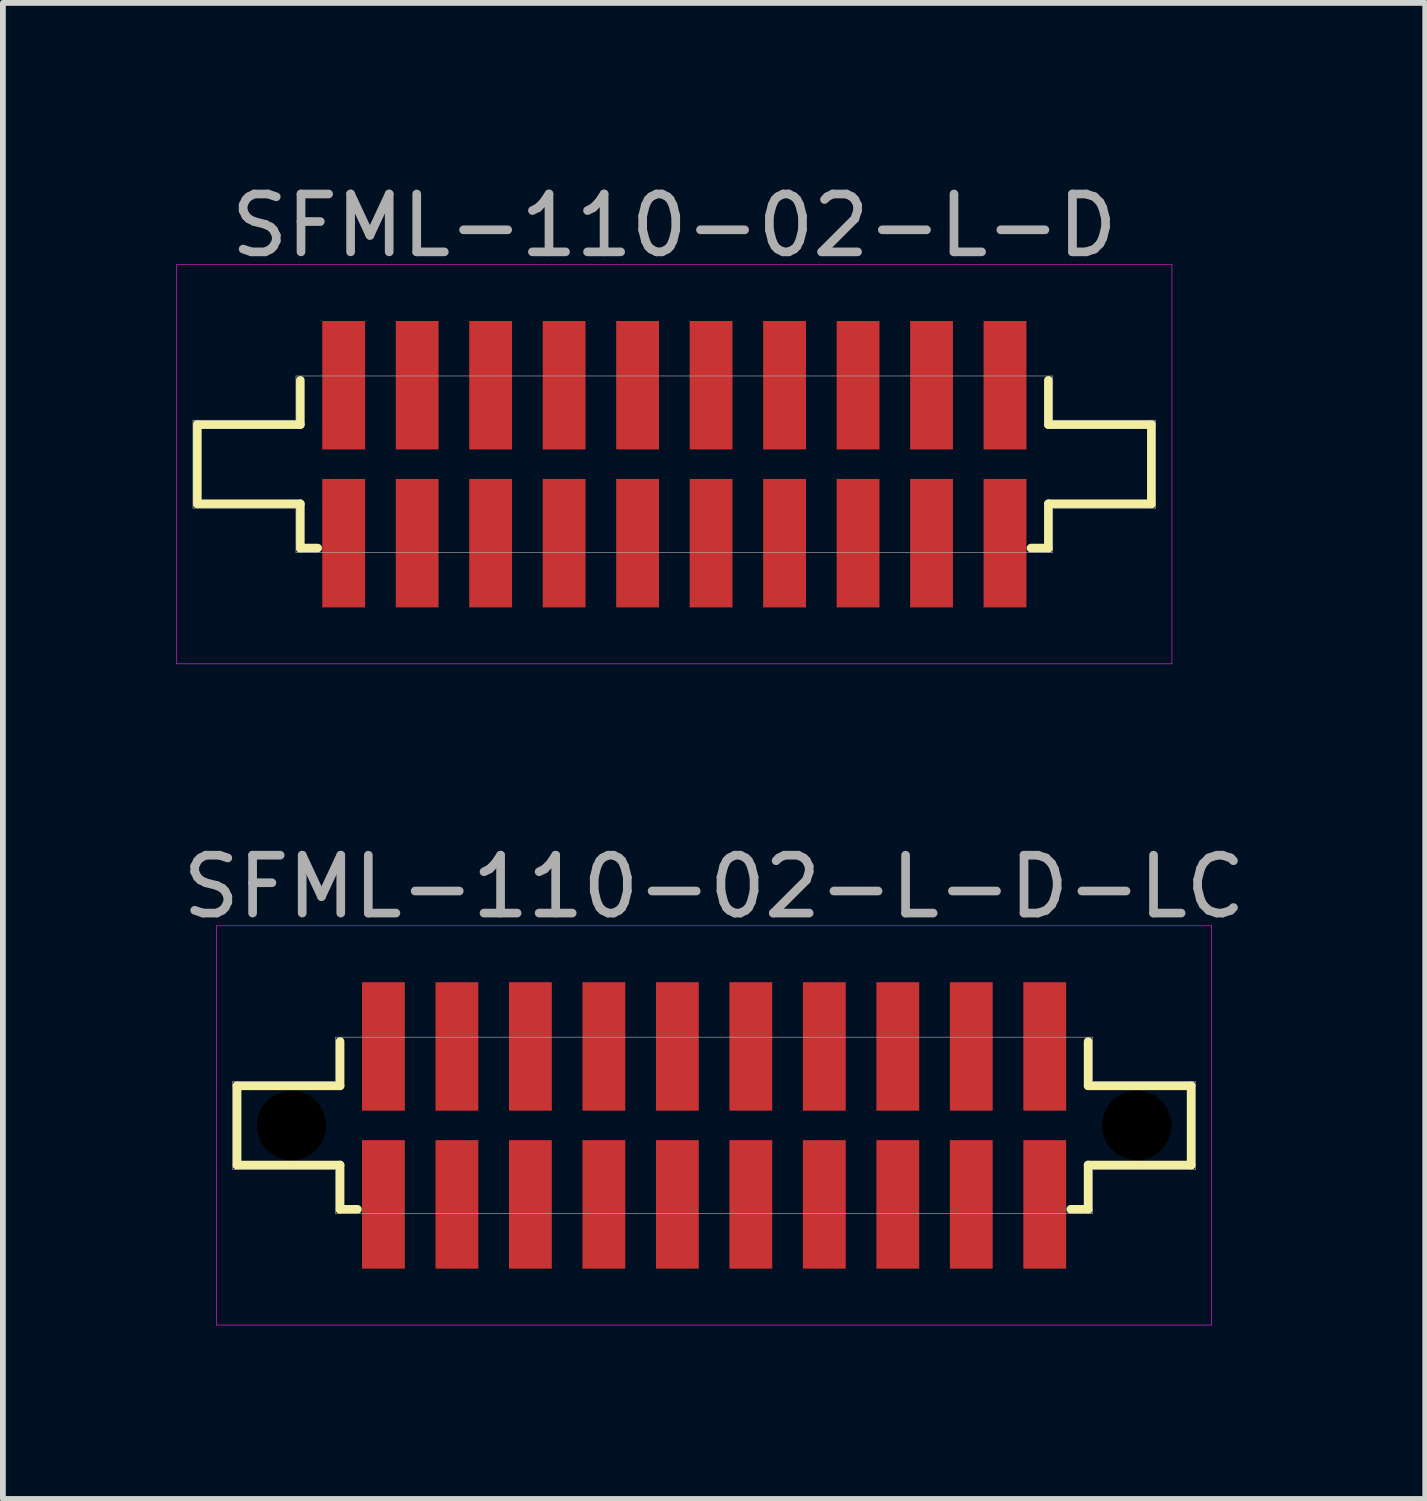
<source format=kicad_pcb>
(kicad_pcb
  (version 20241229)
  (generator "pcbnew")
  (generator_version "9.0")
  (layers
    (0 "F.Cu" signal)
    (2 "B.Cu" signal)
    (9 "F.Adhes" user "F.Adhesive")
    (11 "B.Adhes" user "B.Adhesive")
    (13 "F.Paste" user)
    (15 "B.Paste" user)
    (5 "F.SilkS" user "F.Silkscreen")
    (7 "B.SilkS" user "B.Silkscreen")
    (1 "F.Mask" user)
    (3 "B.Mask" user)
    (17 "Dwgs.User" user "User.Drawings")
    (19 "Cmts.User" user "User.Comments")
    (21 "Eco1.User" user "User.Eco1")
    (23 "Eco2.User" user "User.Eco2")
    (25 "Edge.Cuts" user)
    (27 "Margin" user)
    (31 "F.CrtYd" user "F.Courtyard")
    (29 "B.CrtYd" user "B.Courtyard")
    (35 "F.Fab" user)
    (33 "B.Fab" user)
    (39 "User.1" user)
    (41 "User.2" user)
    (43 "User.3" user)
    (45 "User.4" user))
  (footprint "SFML-110-02-L-D-LC"
    (layer "F.Cu")
    (at 9.292 16.401)
    (property "Reference" "SFML-110-02-L-D-LC" (at 0 -4.125 0) (layer "F.Fab") (effects (font (size 1 1) (thickness 0.15))))
    (attr smd)
    (fp_line (start -8.245 -0.685) (end -6.465 -0.685) (stroke (width 0.15) (type solid)) (layer "F.SilkS"))
    (fp_line (start -8.245 0.685) (end -8.245 -0.685) (stroke (width 0.15) (type solid)) (layer "F.SilkS"))
    (fp_line (start -6.465 -0.685) (end -6.465 -1.45) (stroke (width 0.15) (type solid)) (layer "F.SilkS"))
    (fp_line (start -6.465 0.685) (end -8.245 0.685) (stroke (width 0.15) (type solid)) (layer "F.SilkS"))
    (fp_line (start -6.465 1.45) (end -6.465 0.685) (stroke (width 0.15) (type solid)) (layer "F.SilkS"))
    (fp_line (start -6.165 1.45) (end -6.465 1.45) (stroke (width 0.15) (type solid)) (layer "F.SilkS"))
    (fp_line (start 6.465 -1.45) (end 6.465 -0.685) (stroke (width 0.15) (type solid)) (layer "F.SilkS"))
    (fp_line (start 6.465 -0.685) (end 8.245 -0.685) (stroke (width 0.15) (type solid)) (layer "F.SilkS"))
    (fp_line (start 6.465 0.685) (end 6.465 1.45) (stroke (width 0.15) (type solid)) (layer "F.SilkS"))
    (fp_line (start 6.465 1.45) (end 6.165 1.45) (stroke (width 0.15) (type solid)) (layer "F.SilkS"))
    (fp_line (start 8.245 -0.685) (end 8.245 0.685) (stroke (width 0.15) (type solid)) (layer "F.SilkS"))
    (fp_line (start 8.245 0.685) (end 6.465 0.685) (stroke (width 0.15) (type solid)) (layer "F.SilkS"))
    (fp_line (start -8.6 -3.45) (end 8.6 -3.45) (stroke (width 0.01) (type solid)) (layer "F.CrtYd"))
    (fp_line (start -8.6 3.45) (end -8.6 -3.45) (stroke (width 0.01) (type solid)) (layer "F.CrtYd"))
    (fp_line (start 8.6 -3.45) (end 8.6 3.45) (stroke (width 0.01) (type solid)) (layer "F.CrtYd"))
    (fp_line (start 8.6 3.45) (end -8.6 3.45) (stroke (width 0.01) (type solid)) (layer "F.CrtYd"))
    (fp_line (start -8.32 -0.76) (end -6.54 -0.76) (stroke (width 0.01) (type solid)) (layer "F.Fab"))
    (fp_line (start -8.32 0.76) (end -8.32 -0.76) (stroke (width 0.01) (type solid)) (layer "F.Fab"))
    (fp_line (start -6.54 -1.525) (end 6.54 -1.525) (stroke (width 0.01) (type solid)) (layer "F.Fab"))
    (fp_line (start -6.54 -0.76) (end -6.54 -1.525) (stroke (width 0.01) (type solid)) (layer "F.Fab"))
    (fp_line (start -6.54 0.76) (end -8.32 0.76) (stroke (width 0.01) (type solid)) (layer "F.Fab"))
    (fp_line (start -6.54 1.525) (end -6.54 0.76) (stroke (width 0.01) (type solid)) (layer "F.Fab"))
    (fp_line (start 6.54 -1.525) (end 6.54 -0.76) (stroke (width 0.01) (type solid)) (layer "F.Fab"))
    (fp_line (start 6.54 -0.76) (end 8.32 -0.76) (stroke (width 0.01) (type solid)) (layer "F.Fab"))
    (fp_line (start 6.54 0.76) (end 6.54 1.525) (stroke (width 0.01) (type solid)) (layer "F.Fab"))
    (fp_line (start 6.54 1.525) (end -6.54 1.525) (stroke (width 0.01) (type solid)) (layer "F.Fab"))
    (fp_line (start 8.32 -0.76) (end 8.32 0.76) (stroke (width 0.01) (type solid)) (layer "F.Fab"))
    (fp_line (start 8.32 0.76) (end 6.54 0.76) (stroke (width 0.01) (type solid)) (layer "F.Fab"))
    (pad "" np_thru_hole circle (at -7.305 0) (size 1.2 1.2) (drill 1.2) (layers "*.Mask"))
    (pad "" np_thru_hole circle (at 7.305 0) (size 1.2 1.2) (drill 1.2) (layers "*.Mask"))
    (pad "1" smd rect (at -5.715 -1.365) (size 0.74 2.22) (layers "F.Cu" "F.Mask" "F.Paste"))
    (pad "2" smd rect (at -5.715 1.365) (size 0.74 2.22) (layers "F.Cu" "F.Mask" "F.Paste"))
    (pad "3" smd rect (at -4.445 -1.365) (size 0.74 2.22) (layers "F.Cu" "F.Mask" "F.Paste"))
    (pad "4" smd rect (at -4.445 1.365) (size 0.74 2.22) (layers "F.Cu" "F.Mask" "F.Paste"))
    (pad "5" smd rect (at -3.175 -1.365) (size 0.74 2.22) (layers "F.Cu" "F.Mask" "F.Paste"))
    (pad "6" smd rect (at -3.175 1.365) (size 0.74 2.22) (layers "F.Cu" "F.Mask" "F.Paste"))
    (pad "7" smd rect (at -1.905 -1.365) (size 0.74 2.22) (layers "F.Cu" "F.Mask" "F.Paste"))
    (pad "8" smd rect (at -1.905 1.365) (size 0.74 2.22) (layers "F.Cu" "F.Mask" "F.Paste"))
    (pad "9" smd rect (at -0.635 -1.365) (size 0.74 2.22) (layers "F.Cu" "F.Mask" "F.Paste"))
    (pad "10" smd rect (at -0.635 1.365) (size 0.74 2.22) (layers "F.Cu" "F.Mask" "F.Paste"))
    (pad "11" smd rect (at 0.635 -1.365) (size 0.74 2.22) (layers "F.Cu" "F.Mask" "F.Paste"))
    (pad "12" smd rect (at 0.635 1.365) (size 0.74 2.22) (layers "F.Cu" "F.Mask" "F.Paste"))
    (pad "13" smd rect (at 1.905 -1.365) (size 0.74 2.22) (layers "F.Cu" "F.Mask" "F.Paste"))
    (pad "14" smd rect (at 1.905 1.365) (size 0.74 2.22) (layers "F.Cu" "F.Mask" "F.Paste"))
    (pad "15" smd rect (at 3.175 -1.365) (size 0.74 2.22) (layers "F.Cu" "F.Mask" "F.Paste"))
    (pad "16" smd rect (at 3.175 1.365) (size 0.74 2.22) (layers "F.Cu" "F.Mask" "F.Paste"))
    (pad "17" smd rect (at 4.445 -1.365) (size 0.74 2.22) (layers "F.Cu" "F.Mask" "F.Paste"))
    (pad "18" smd rect (at 4.445 1.365) (size 0.74 2.22) (layers "F.Cu" "F.Mask" "F.Paste"))
    (pad "19" smd rect (at 5.715 -1.365) (size 0.74 2.22) (layers "F.Cu" "F.Mask" "F.Paste"))
    (pad "20" smd rect (at 5.715 1.365) (size 0.74 2.22) (layers "F.Cu" "F.Mask" "F.Paste")))
  (footprint "SFML-110-02-L-D"
    (layer "F.Cu")
    (at 8.605 4.973)
    (property "Reference" "SFML-110-02-L-D" (at 0 -4.125 0) (layer "F.Fab") (effects (font (size 1 1) (thickness 0.15))))
    (attr smd)
    (fp_line (start -8.245 -0.685) (end -6.465 -0.685) (stroke (width 0.15) (type solid)) (layer "F.SilkS"))
    (fp_line (start -8.245 0.685) (end -8.245 -0.685) (stroke (width 0.15) (type solid)) (layer "F.SilkS"))
    (fp_line (start -6.465 -0.685) (end -6.465 -1.45) (stroke (width 0.15) (type solid)) (layer "F.SilkS"))
    (fp_line (start -6.465 0.685) (end -8.245 0.685) (stroke (width 0.15) (type solid)) (layer "F.SilkS"))
    (fp_line (start -6.465 1.45) (end -6.465 0.685) (stroke (width 0.15) (type solid)) (layer "F.SilkS"))
    (fp_line (start -6.165 1.45) (end -6.465 1.45) (stroke (width 0.15) (type solid)) (layer "F.SilkS"))
    (fp_line (start 6.465 -1.45) (end 6.465 -0.685) (stroke (width 0.15) (type solid)) (layer "F.SilkS"))
    (fp_line (start 6.465 -0.685) (end 8.245 -0.685) (stroke (width 0.15) (type solid)) (layer "F.SilkS"))
    (fp_line (start 6.465 0.685) (end 6.465 1.45) (stroke (width 0.15) (type solid)) (layer "F.SilkS"))
    (fp_line (start 6.465 1.45) (end 6.165 1.45) (stroke (width 0.15) (type solid)) (layer "F.SilkS"))
    (fp_line (start 8.245 -0.685) (end 8.245 0.685) (stroke (width 0.15) (type solid)) (layer "F.SilkS"))
    (fp_line (start 8.245 0.685) (end 6.465 0.685) (stroke (width 0.15) (type solid)) (layer "F.SilkS"))
    (fp_line (start -8.6 -3.45) (end 8.6 -3.45) (stroke (width 0.01) (type solid)) (layer "F.CrtYd"))
    (fp_line (start -8.6 3.45) (end -8.6 -3.45) (stroke (width 0.01) (type solid)) (layer "F.CrtYd"))
    (fp_line (start 8.6 -3.45) (end 8.6 3.45) (stroke (width 0.01) (type solid)) (layer "F.CrtYd"))
    (fp_line (start 8.6 3.45) (end -8.6 3.45) (stroke (width 0.01) (type solid)) (layer "F.CrtYd"))
    (fp_line (start -8.32 -0.76) (end -6.54 -0.76) (stroke (width 0.01) (type solid)) (layer "F.Fab"))
    (fp_line (start -8.32 0.76) (end -8.32 -0.76) (stroke (width 0.01) (type solid)) (layer "F.Fab"))
    (fp_line (start -6.54 -1.525) (end 6.54 -1.525) (stroke (width 0.01) (type solid)) (layer "F.Fab"))
    (fp_line (start -6.54 -0.76) (end -6.54 -1.525) (stroke (width 0.01) (type solid)) (layer "F.Fab"))
    (fp_line (start -6.54 0.76) (end -8.32 0.76) (stroke (width 0.01) (type solid)) (layer "F.Fab"))
    (fp_line (start -6.54 1.525) (end -6.54 0.76) (stroke (width 0.01) (type solid)) (layer "F.Fab"))
    (fp_line (start 6.54 -1.525) (end 6.54 -0.76) (stroke (width 0.01) (type solid)) (layer "F.Fab"))
    (fp_line (start 6.54 -0.76) (end 8.32 -0.76) (stroke (width 0.01) (type solid)) (layer "F.Fab"))
    (fp_line (start 6.54 0.76) (end 6.54 1.525) (stroke (width 0.01) (type solid)) (layer "F.Fab"))
    (fp_line (start 6.54 1.525) (end -6.54 1.525) (stroke (width 0.01) (type solid)) (layer "F.Fab"))
    (fp_line (start 8.32 -0.76) (end 8.32 0.76) (stroke (width 0.01) (type solid)) (layer "F.Fab"))
    (fp_line (start 8.32 0.76) (end 6.54 0.76) (stroke (width 0.01) (type solid)) (layer "F.Fab"))
    (pad "1" smd rect (at -5.715 -1.365) (size 0.74 2.22) (layers "F.Cu" "F.Mask" "F.Paste"))
    (pad "2" smd rect (at -5.715 1.365) (size 0.74 2.22) (layers "F.Cu" "F.Mask" "F.Paste"))
    (pad "3" smd rect (at -4.445 -1.365) (size 0.74 2.22) (layers "F.Cu" "F.Mask" "F.Paste"))
    (pad "4" smd rect (at -4.445 1.365) (size 0.74 2.22) (layers "F.Cu" "F.Mask" "F.Paste"))
    (pad "5" smd rect (at -3.175 -1.365) (size 0.74 2.22) (layers "F.Cu" "F.Mask" "F.Paste"))
    (pad "6" smd rect (at -3.175 1.365) (size 0.74 2.22) (layers "F.Cu" "F.Mask" "F.Paste"))
    (pad "7" smd rect (at -1.905 -1.365) (size 0.74 2.22) (layers "F.Cu" "F.Mask" "F.Paste"))
    (pad "8" smd rect (at -1.905 1.365) (size 0.74 2.22) (layers "F.Cu" "F.Mask" "F.Paste"))
    (pad "9" smd rect (at -0.635 -1.365) (size 0.74 2.22) (layers "F.Cu" "F.Mask" "F.Paste"))
    (pad "10" smd rect (at -0.635 1.365) (size 0.74 2.22) (layers "F.Cu" "F.Mask" "F.Paste"))
    (pad "11" smd rect (at 0.635 -1.365) (size 0.74 2.22) (layers "F.Cu" "F.Mask" "F.Paste"))
    (pad "12" smd rect (at 0.635 1.365) (size 0.74 2.22) (layers "F.Cu" "F.Mask" "F.Paste"))
    (pad "13" smd rect (at 1.905 -1.365) (size 0.74 2.22) (layers "F.Cu" "F.Mask" "F.Paste"))
    (pad "14" smd rect (at 1.905 1.365) (size 0.74 2.22) (layers "F.Cu" "F.Mask" "F.Paste"))
    (pad "15" smd rect (at 3.175 -1.365) (size 0.74 2.22) (layers "F.Cu" "F.Mask" "F.Paste"))
    (pad "16" smd rect (at 3.175 1.365) (size 0.74 2.22) (layers "F.Cu" "F.Mask" "F.Paste"))
    (pad "17" smd rect (at 4.445 -1.365) (size 0.74 2.22) (layers "F.Cu" "F.Mask" "F.Paste"))
    (pad "18" smd rect (at 4.445 1.365) (size 0.74 2.22) (layers "F.Cu" "F.Mask" "F.Paste"))
    (pad "19" smd rect (at 5.715 -1.365) (size 0.74 2.22) (layers "F.Cu" "F.Mask" "F.Paste"))
    (pad "20" smd rect (at 5.715 1.365) (size 0.74 2.22) (layers "F.Cu" "F.Mask" "F.Paste")))
  (gr_rect
    (start -3 -3)
    (end 21.583 22.857)
    (stroke (width 0.1) (type default))
    (fill no)
    (layer "Edge.Cuts")))
</source>
